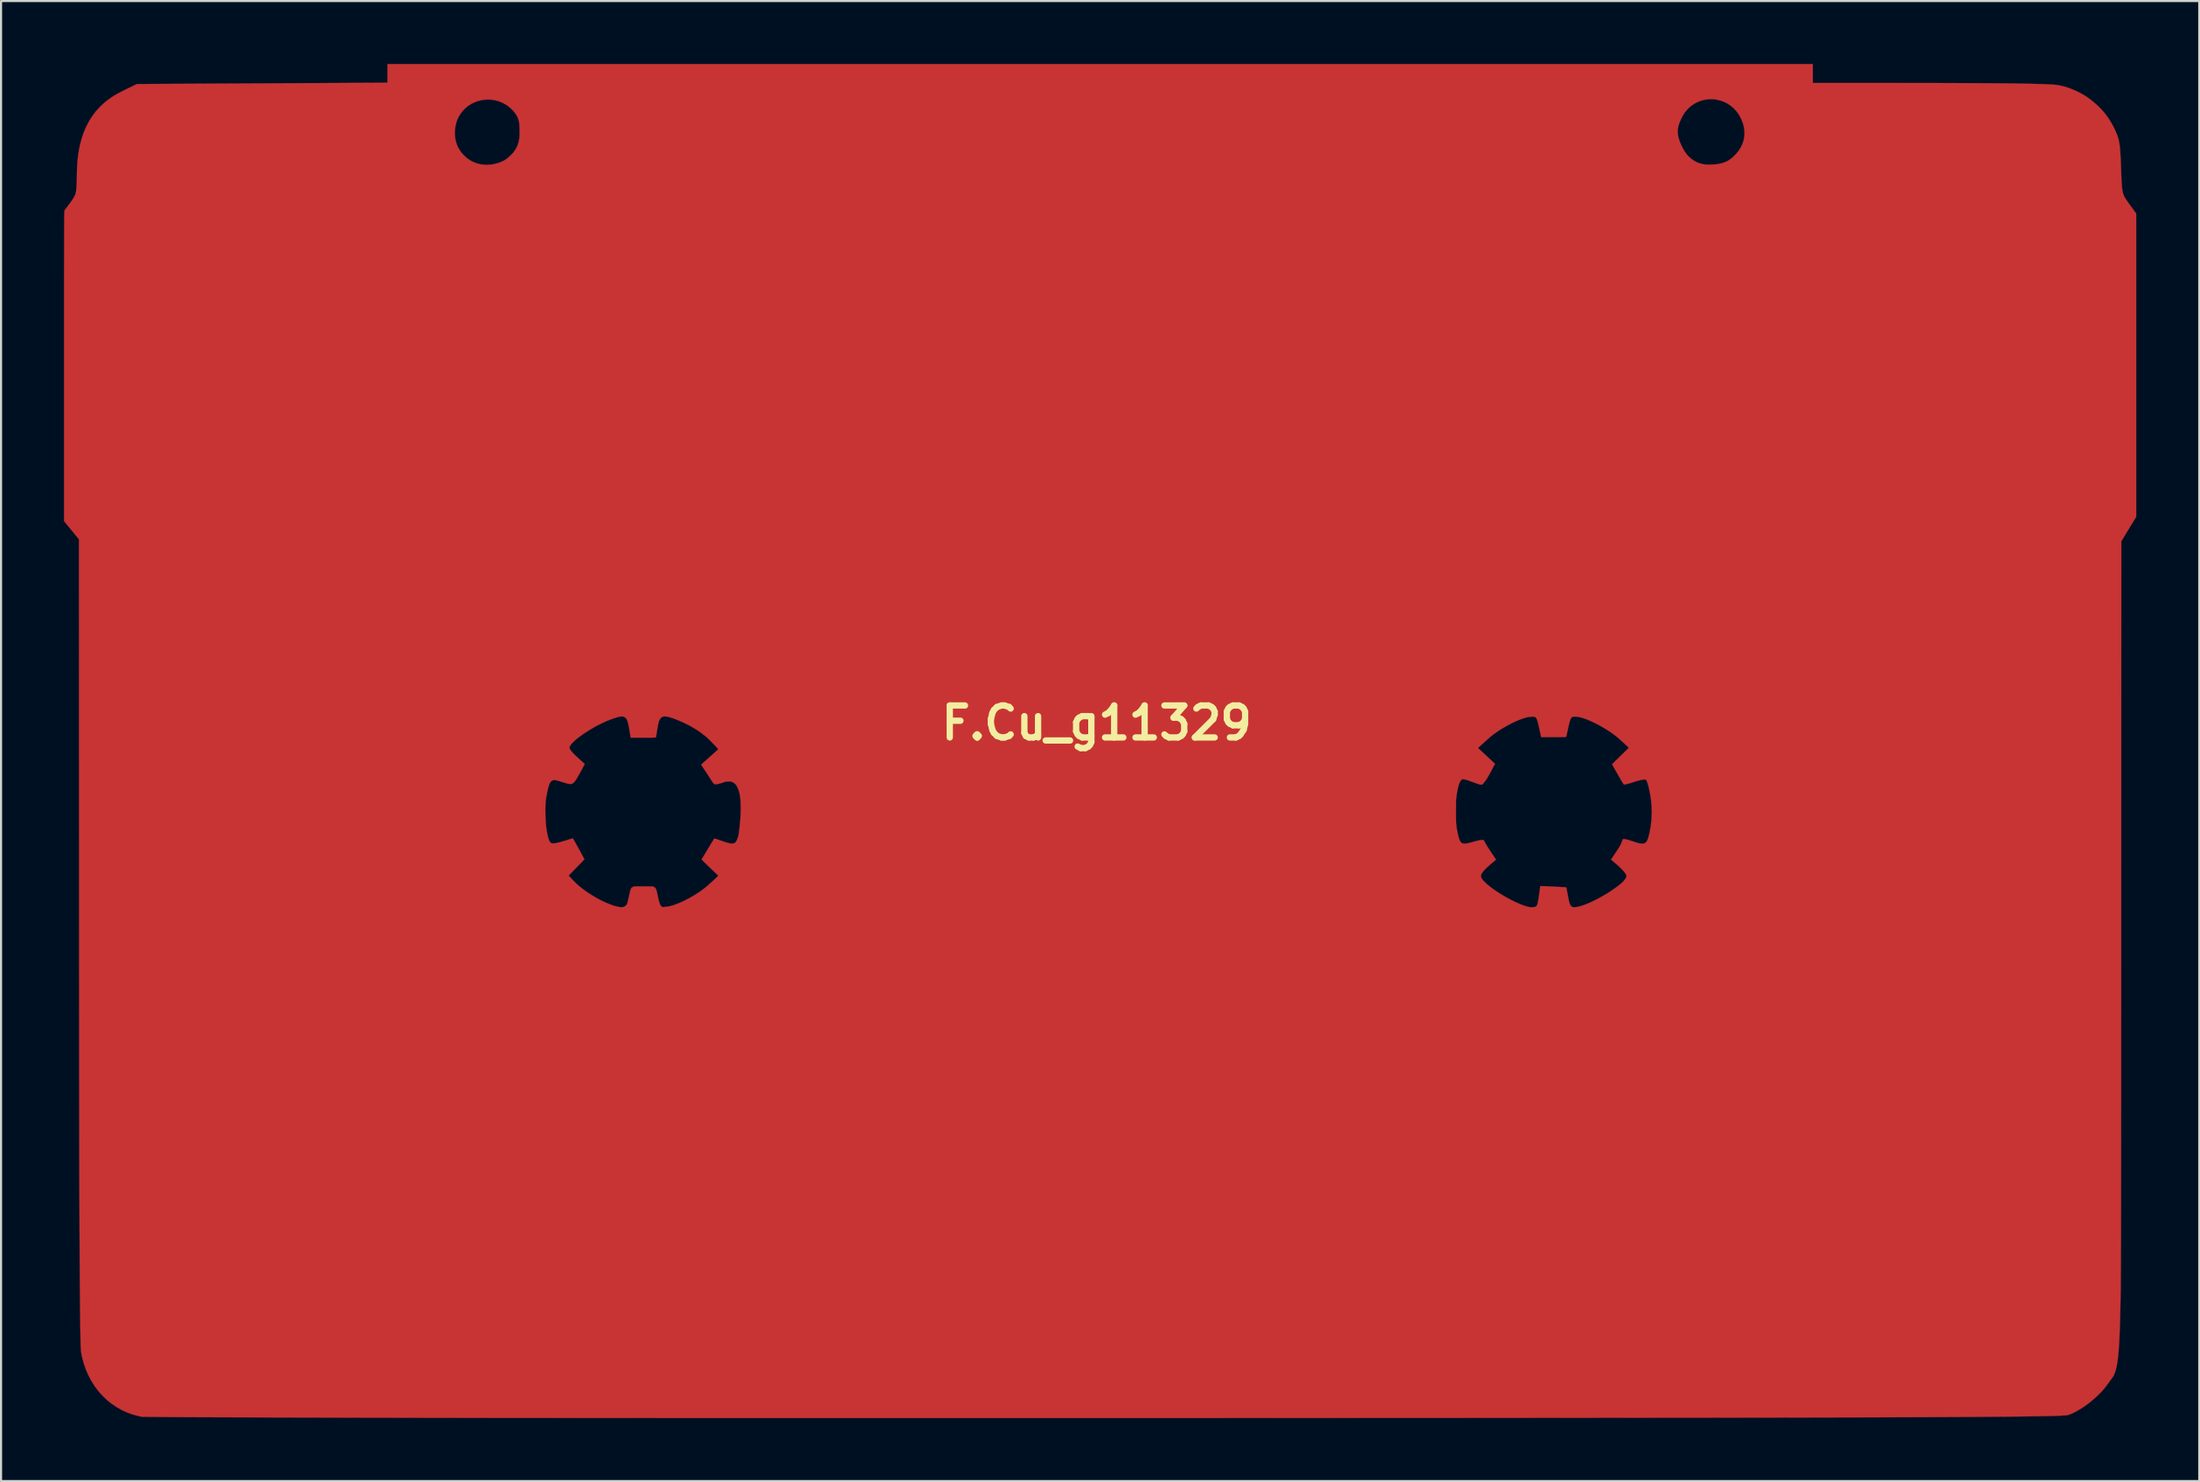
<source format=kicad_pcb>
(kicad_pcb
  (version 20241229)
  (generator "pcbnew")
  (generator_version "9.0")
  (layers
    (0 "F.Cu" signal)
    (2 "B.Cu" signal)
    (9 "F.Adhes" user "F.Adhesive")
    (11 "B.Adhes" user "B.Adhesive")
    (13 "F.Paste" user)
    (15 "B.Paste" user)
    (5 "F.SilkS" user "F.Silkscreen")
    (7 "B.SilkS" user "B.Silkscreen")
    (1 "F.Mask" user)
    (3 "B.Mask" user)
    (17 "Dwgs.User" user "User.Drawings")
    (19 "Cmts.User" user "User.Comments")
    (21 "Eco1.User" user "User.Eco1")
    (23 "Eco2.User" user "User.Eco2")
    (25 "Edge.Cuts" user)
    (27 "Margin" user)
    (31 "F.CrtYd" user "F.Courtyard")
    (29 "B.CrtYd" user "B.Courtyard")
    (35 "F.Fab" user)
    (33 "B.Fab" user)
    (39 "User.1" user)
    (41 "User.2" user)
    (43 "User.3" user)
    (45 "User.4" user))
  (footprint "F.Cu_g11329"
    (layer "F.Cu")
    (at 49.23 31.425)
    (property "Reference" "F.Cu_g11329" (at 0 0 0) (layer "F.SilkS") (effects (font (size 1.524 1.524) (thickness 0.3))))
    (attr through_hole)
    (fp_poly (pts (xy 34.138 -30.518) (xy 37.843 -30.518) (xy 38.424 -30.518) (xy 38.98 -30.517) (xy 39.512 -30.517) (xy 40.019 -30.516) (xy 40.502 -30.515) (xy 40.962 -30.513) (xy 41.399 -30.511) (xy 41.812 -30.51) (xy 42.204 -30.507) (xy 42.573 -30.505) (xy 42.92 -30.502) (xy 43.247 -30.499) (xy 43.552 -30.495) (xy 43.837 -30.491) (xy 44.101 -30.487) (xy 44.346 -30.483) (xy 44.571 -30.478) (xy 44.777 -30.473) (xy 44.964 -30.468) (xy 45.133 -30.462) (xy 45.284 -30.456) (xy 45.418 -30.45) (xy 45.534 -30.443) (xy 45.633 -30.436) (xy 45.716 -30.429) (xy 45.726 -30.428) (xy 45.91 -30.4) (xy 46.106 -30.354) (xy 46.31 -30.291) (xy 46.518 -30.213) (xy 46.727 -30.121) (xy 46.932 -30.016) (xy 47.073 -29.936) (xy 47.232 -29.832) (xy 47.398 -29.71) (xy 47.563 -29.575) (xy 47.724 -29.43) (xy 47.874 -29.281) (xy 48.008 -29.133) (xy 48.07 -29.058) (xy 48.229 -28.841) (xy 48.375 -28.607) (xy 48.505 -28.364) (xy 48.607 -28.137) (xy 48.637 -28.062) (xy 48.663 -27.99) (xy 48.687 -27.919) (xy 48.708 -27.847) (xy 48.726 -27.773) (xy 48.743 -27.693) (xy 48.757 -27.607) (xy 48.77 -27.512) (xy 48.781 -27.406) (xy 48.792 -27.288) (xy 48.801 -27.155) (xy 48.809 -27.006) (xy 48.817 -26.838) (xy 48.825 -26.65) (xy 48.833 -26.44) (xy 48.838 -26.302) (xy 48.844 -26.127) (xy 48.85 -25.975) (xy 48.856 -25.844) (xy 48.862 -25.732) (xy 48.869 -25.635) (xy 48.876 -25.552) (xy 48.884 -25.481) (xy 48.893 -25.418) (xy 48.903 -25.363) (xy 48.914 -25.311) (xy 48.927 -25.262) (xy 48.935 -25.237) (xy 48.948 -25.197) (xy 48.963 -25.158) (xy 48.981 -25.118) (xy 49.003 -25.075) (xy 49.031 -25.027) (xy 49.066 -24.971) (xy 49.11 -24.906) (xy 49.163 -24.829) (xy 49.228 -24.738) (xy 49.306 -24.632) (xy 49.393 -24.512) (xy 49.555 -24.291) (xy 49.555 -9.835) (xy 48.845 -8.667) (xy 48.84 8.605) (xy 48.84 9.421) (xy 48.84 10.212) (xy 48.84 10.979) (xy 48.839 11.721) (xy 48.839 12.44) (xy 48.839 13.136) (xy 48.839 13.808) (xy 48.838 14.459) (xy 48.838 15.087) (xy 48.838 15.694) (xy 48.838 16.279) (xy 48.837 16.844) (xy 48.837 17.389) (xy 48.837 17.914) (xy 48.837 18.419) (xy 48.836 18.906) (xy 48.836 19.374) (xy 48.836 19.824) (xy 48.835 20.256) (xy 48.835 20.671) (xy 48.835 21.069) (xy 48.834 21.451) (xy 48.834 21.816) (xy 48.833 22.167) (xy 48.833 22.502) (xy 48.832 22.822) (xy 48.832 23.128) (xy 48.831 23.42) (xy 48.831 23.699) (xy 48.83 23.965) (xy 48.83 24.218) (xy 48.829 24.459) (xy 48.829 24.689) (xy 48.828 24.907) (xy 48.827 25.115) (xy 48.826 25.312) (xy 48.826 25.499) (xy 48.825 25.676) (xy 48.824 25.844) (xy 48.823 26.004) (xy 48.822 26.155) (xy 48.821 26.299) (xy 48.82 26.435) (xy 48.819 26.564) (xy 48.818 26.687) (xy 48.817 26.803) (xy 48.816 26.914) (xy 48.815 27.02) (xy 48.814 27.12) (xy 48.812 27.217) (xy 48.811 27.309) (xy 48.81 27.398) (xy 48.808 27.483) (xy 48.807 27.566) (xy 48.805 27.647) (xy 48.804 27.726) (xy 48.802 27.803) (xy 48.8 27.88) (xy 48.799 27.956) (xy 48.797 28.031) (xy 48.795 28.107) (xy 48.793 28.169) (xy 48.785 28.494) (xy 48.775 28.796) (xy 48.765 29.074) (xy 48.754 29.33) (xy 48.741 29.565) (xy 48.728 29.78) (xy 48.713 29.976) (xy 48.697 30.154) (xy 48.679 30.316) (xy 48.659 30.462) (xy 48.638 30.594) (xy 48.615 30.713) (xy 48.589 30.819) (xy 48.562 30.913) (xy 48.532 30.998) (xy 48.5 31.074) (xy 48.468 31.138) (xy 48.447 31.171) (xy 48.414 31.22) (xy 48.37 31.282) (xy 48.319 31.354) (xy 48.263 31.43) (xy 48.205 31.508) (xy 48.148 31.585) (xy 48.094 31.655) (xy 48.046 31.716) (xy 48.008 31.763) (xy 47.91 31.873) (xy 47.796 31.991) (xy 47.671 32.112) (xy 47.539 32.231) (xy 47.407 32.344) (xy 47.28 32.445) (xy 47.275 32.448) (xy 47.141 32.546) (xy 47.005 32.638) (xy 46.871 32.724) (xy 46.74 32.801) (xy 46.616 32.868) (xy 46.501 32.924) (xy 46.398 32.967) (xy 46.309 32.996) (xy 46.256 33.007) (xy 46.21 33.012) (xy 46.15 33.017) (xy 46.075 33.022) (xy 45.985 33.027) (xy 45.878 33.031) (xy 45.755 33.036) (xy 45.615 33.04) (xy 45.459 33.044) (xy 45.285 33.048) (xy 45.093 33.052) (xy 44.883 33.056) (xy 44.655 33.06) (xy 44.408 33.063) (xy 44.142 33.067) (xy 43.856 33.07) (xy 43.55 33.073) (xy 43.223 33.076) (xy 42.876 33.079) (xy 42.508 33.082) (xy 42.119 33.085) (xy 41.708 33.088) (xy 41.274 33.091) (xy 40.818 33.093) (xy 40.339 33.096) (xy 39.837 33.098) (xy 39.312 33.101) (xy 38.762 33.103) (xy 38.188 33.105) (xy 37.589 33.107) (xy 37.09 33.109) (xy 36.76 33.11) (xy 36.405 33.111) (xy 36.026 33.112) (xy 35.622 33.113) (xy 35.195 33.114) (xy 34.745 33.115) (xy 34.273 33.116) (xy 33.779 33.117) (xy 33.263 33.118) (xy 32.726 33.119) (xy 32.169 33.12) (xy 31.592 33.121) (xy 30.995 33.122) (xy 30.379 33.123) (xy 29.744 33.124) (xy 29.092 33.125) (xy 28.421 33.126) (xy 27.734 33.126) (xy 27.03 33.127) (xy 26.31 33.128) (xy 25.575 33.129) (xy 24.824 33.13) (xy 24.058 33.13) (xy 23.279 33.131) (xy 22.485 33.132) (xy 21.679 33.133) (xy 20.86 33.133) (xy 20.028 33.134) (xy 19.185 33.134) (xy 18.331 33.135) (xy 17.466 33.136) (xy 16.59 33.136) (xy 15.705 33.137) (xy 14.811 33.137) (xy 13.907 33.138) (xy 12.996 33.138) (xy 12.076 33.139) (xy 11.15 33.139) (xy 10.216 33.14) (xy 9.276 33.14) (xy 8.33 33.141) (xy 7.379 33.141) (xy 6.423 33.141) (xy 5.463 33.142) (xy 4.498 33.142) (xy 3.53 33.142) (xy 2.56 33.143) (xy 1.586 33.143) (xy 0.611 33.143) (xy -0.365 33.143) (xy -1.343 33.143) (xy -2.321 33.144) (xy -3.299 33.144) (xy -4.277 33.144) (xy -5.254 33.144) (xy -6.229 33.144) (xy -7.202 33.144) (xy -8.173 33.144) (xy -9.141 33.144) (xy -10.106 33.144) (xy -11.066 33.144) (xy -12.023 33.144) (xy -12.974 33.144) (xy -13.92 33.143) (xy -14.86 33.143) (xy -15.794 33.143) (xy -16.721 33.143) (xy -17.641 33.143) (xy -18.553 33.142) (xy -19.457 33.142) (xy -20.351 33.142) (xy -21.237 33.141) (xy -22.113 33.141) (xy -22.979 33.14) (xy -23.833 33.14) (xy -24.677 33.139) (xy -25.509 33.139) (xy -26.329 33.138) (xy -26.518 33.138) (xy -26.877 33.138) (xy -27.25 33.138) (xy -27.635 33.137) (xy -28.033 33.137) (xy -28.442 33.136) (xy -28.862 33.136) (xy -29.29 33.135) (xy -29.728 33.135) (xy -30.173 33.134) (xy -30.625 33.133) (xy -31.083 33.132) (xy -31.545 33.131) (xy -32.013 33.131) (xy -32.483 33.13) (xy -32.956 33.129) (xy -33.43 33.128) (xy -33.905 33.127) (xy -34.38 33.126) (xy -34.854 33.125) (xy -35.326 33.124) (xy -35.795 33.123) (xy -36.26 33.122) (xy -36.721 33.121) (xy -37.177 33.119) (xy -37.626 33.118) (xy -38.068 33.117) (xy -38.502 33.116) (xy -38.927 33.115) (xy -39.342 33.114) (xy -39.746 33.113) (xy -40.139 33.111) (xy -40.519 33.11) (xy -40.887 33.109) (xy -41.24 33.108) (xy -41.578 33.107) (xy -41.9 33.106) (xy -42.205 33.105) (xy -42.492 33.104) (xy -42.761 33.103) (xy -43.011 33.102) (xy -43.24 33.101) (xy -43.448 33.1) (xy -43.634 33.099) (xy -43.797 33.098) (xy -43.936 33.097) (xy -44.032 33.096) (xy -45.5 33.084) (xy -45.654 33.052) (xy -45.929 32.981) (xy -46.199 32.885) (xy -46.461 32.766) (xy -46.715 32.623) (xy -46.96 32.458) (xy -47.066 32.377) (xy -47.128 32.325) (xy -47.202 32.258) (xy -47.283 32.181) (xy -47.366 32.098) (xy -47.446 32.016) (xy -47.519 31.937) (xy -47.581 31.867) (xy -47.604 31.839) (xy -47.782 31.597) (xy -47.941 31.339) (xy -48.082 31.068) (xy -48.202 30.784) (xy -48.3 30.492) (xy -48.376 30.194) (xy -48.4 30.074) (xy -48.406 30.038) (xy -48.411 29.999) (xy -48.416 29.953) (xy -48.42 29.901) (xy -48.425 29.84) (xy -48.429 29.769) (xy -48.432 29.688) (xy -48.436 29.595) (xy -48.439 29.489) (xy -48.442 29.368) (xy -48.444 29.232) (xy -48.447 29.079) (xy -48.45 28.908) (xy -48.452 28.717) (xy -48.455 28.506) (xy -48.458 28.274) (xy -48.46 28.018) (xy -48.463 27.743) (xy -48.465 27.538) (xy -48.467 27.332) (xy -48.469 27.127) (xy -48.471 26.921) (xy -48.472 26.713) (xy -48.474 26.504) (xy -48.475 26.293) (xy -48.477 26.079) (xy -48.479 25.862) (xy -48.48 25.641) (xy -48.481 25.416) (xy -48.483 25.186) (xy -48.484 24.951) (xy -48.485 24.71) (xy -48.487 24.463) (xy -48.488 24.209) (xy -48.489 23.947) (xy -48.49 23.678) (xy -48.491 23.401) (xy -48.492 23.115) (xy -48.493 22.82) (xy -48.494 22.514) (xy -48.495 22.199) (xy -48.496 21.872) (xy -48.497 21.534) (xy -48.497 21.185) (xy -48.498 20.823) (xy -48.499 20.448) (xy -48.5 20.06) (xy -48.5 19.657) (xy -48.501 19.241) (xy -48.501 18.809) (xy -48.502 18.363) (xy -48.503 17.9) (xy -48.503 17.421) (xy -48.504 16.924) (xy -48.504 16.411) (xy -48.505 15.879) (xy -48.505 15.329) (xy -48.506 14.76) (xy -48.506 14.172) (xy -48.507 13.563) (xy -48.507 12.934) (xy -48.507 12.284) (xy -48.508 11.613) (xy -48.508 10.919) (xy -48.508 10.203) (xy -48.509 9.464) (xy -48.509 8.702) (xy -48.51 7.915) (xy -48.51 7.104) (xy -48.51 6.557) (xy -48.511 4.21) (xy -26.282 4.21) (xy -26.277 4.483) (xy -26.264 4.734) (xy -26.242 4.965) (xy -26.211 5.176) (xy -26.171 5.37) (xy -26.163 5.4) (xy -26.135 5.504) (xy -26.108 5.585) (xy -26.08 5.646) (xy -26.051 5.69) (xy -26.032 5.709) (xy -25.999 5.728) (xy -25.953 5.739) (xy -25.893 5.742) (xy -25.818 5.735) (xy -25.727 5.718) (xy -25.618 5.693) (xy -25.488 5.657) (xy -25.338 5.612) (xy -25.28 5.594) (xy -25.197 5.568) (xy -25.122 5.545) (xy -25.058 5.527) (xy -25.009 5.514) (xy -24.978 5.508) (xy -24.969 5.508) (xy -24.958 5.524) (xy -24.938 5.558) (xy -24.908 5.61) (xy -24.872 5.674) (xy -24.83 5.75) (xy -24.784 5.833) (xy -24.735 5.921) (xy -24.685 6.013) (xy -24.635 6.103) (xy -24.587 6.191) (xy -24.543 6.273) (xy -24.503 6.347) (xy -24.47 6.409) (xy -24.445 6.458) (xy -24.429 6.489) (xy -24.424 6.501) (xy -24.434 6.513) (xy -24.459 6.54) (xy -24.499 6.582) (xy -24.55 6.636) (xy -24.612 6.701) (xy -24.683 6.773) (xy -24.76 6.853) (xy -24.801 6.895) (xy -25.173 7.276) (xy -25.008 7.452) (xy -24.948 7.515) (xy -24.887 7.578) (xy -24.829 7.636) (xy -24.779 7.684) (xy -24.75 7.711) (xy -24.59 7.846) (xy -24.416 7.978) (xy -24.232 8.106) (xy -24.042 8.228) (xy -23.847 8.342) (xy -23.651 8.447) (xy -23.458 8.541) (xy -23.269 8.623) (xy -23.089 8.69) (xy -22.92 8.741) (xy -22.79 8.77) (xy -22.716 8.782) (xy -22.657 8.786) (xy -22.608 8.783) (xy -22.559 8.773) (xy -22.547 8.77) (xy -22.475 8.736) (xy -22.418 8.682) (xy -22.379 8.613) (xy -22.372 8.592) (xy -22.363 8.558) (xy -22.35 8.504) (xy -22.334 8.437) (xy -22.317 8.361) (xy -22.301 8.292) (xy -22.279 8.191) (xy -22.262 8.112) (xy -22.248 8.052) (xy -22.237 8.006) (xy -22.228 7.972) (xy -22.22 7.947) (xy -22.213 7.928) (xy -22.205 7.91) (xy -22.198 7.897) (xy -22.168 7.855) (xy -22.124 7.824) (xy -22.113 7.819) (xy -22.096 7.812) (xy -22.079 7.806) (xy -22.059 7.801) (xy -22.033 7.798) (xy -21.998 7.795) (xy -21.951 7.793) (xy -21.89 7.792) (xy -21.811 7.792) (xy -21.712 7.791) (xy -21.609 7.791) (xy -21.165 7.791) (xy -21.101 7.823) (xy -21.072 7.84) (xy -21.047 7.86) (xy -21.026 7.886) (xy -21.007 7.922) (xy -20.989 7.97) (xy -20.971 8.033) (xy -20.952 8.115) (xy -20.929 8.218) (xy -20.923 8.246) (xy -20.897 8.367) (xy -20.874 8.465) (xy -20.853 8.544) (xy -20.834 8.607) (xy -20.814 8.655) (xy -20.793 8.693) (xy -20.771 8.722) (xy -20.757 8.736) (xy -20.71 8.779) (xy -20.582 8.772) (xy -20.449 8.757) (xy -20.306 8.727) (xy -20.15 8.681) (xy -19.98 8.618) (xy -19.794 8.538) (xy -19.679 8.485) (xy -19.466 8.377) (xy -19.266 8.266) (xy -19.068 8.144) (xy -18.993 8.095) (xy -18.898 8.031) (xy -18.81 7.968) (xy -18.723 7.902) (xy -18.634 7.83) (xy -18.539 7.75) (xy -18.435 7.658) (xy -18.319 7.551) (xy -18.289 7.524) (xy -18.03 7.284) (xy -18.296 7.03) (xy -18.372 6.957) (xy -18.451 6.881) (xy -18.528 6.807) (xy -18.597 6.739) (xy -18.657 6.682) (xy -18.697 6.642) (xy -18.833 6.509) (xy -18.536 6.015) (xy -18.475 5.913) (xy -18.417 5.818) (xy -18.365 5.732) (xy -18.319 5.657) (xy -18.281 5.595) (xy -18.253 5.548) (xy -18.235 5.52) (xy -18.229 5.511) (xy -18.214 5.512) (xy -18.179 5.521) (xy -18.128 5.536) (xy -18.065 5.557) (xy -17.992 5.582) (xy -17.974 5.589) (xy -17.831 5.639) (xy -17.708 5.68) (xy -17.604 5.712) (xy -17.517 5.734) (xy -17.444 5.747) (xy -17.383 5.751) (xy -17.332 5.747) (xy -17.288 5.735) (xy -17.25 5.716) (xy -17.223 5.696) (xy -17.194 5.661) (xy -17.162 5.607) (xy -17.131 5.538) (xy -17.103 5.462) (xy -17.082 5.39) (xy -17.072 5.339) (xy -17.06 5.267) (xy -17.048 5.178) (xy -17.035 5.075) (xy -17.022 4.962) (xy -17.009 4.844) (xy -16.998 4.724) (xy -16.988 4.606) (xy -16.98 4.494) (xy -16.979 4.479) (xy -16.973 4.359) (xy -16.969 4.229) (xy -16.969 4.21) (xy 17.127 4.21) (xy 17.127 4.365) (xy 17.128 4.498) (xy 17.13 4.613) (xy 17.134 4.714) (xy 17.139 4.804) (xy 17.147 4.887) (xy 17.156 4.966) (xy 17.168 5.045) (xy 17.183 5.128) (xy 17.201 5.219) (xy 17.202 5.225) (xy 17.231 5.358) (xy 17.259 5.468) (xy 17.288 5.557) (xy 17.319 5.626) (xy 17.353 5.678) (xy 17.392 5.715) (xy 17.437 5.738) (xy 17.488 5.75) (xy 17.539 5.753) (xy 17.579 5.752) (xy 17.624 5.747) (xy 17.675 5.738) (xy 17.737 5.725) (xy 17.814 5.706) (xy 17.907 5.681) (xy 18.021 5.649) (xy 18.146 5.616) (xy 18.248 5.593) (xy 18.329 5.58) (xy 18.39 5.577) (xy 18.431 5.584) (xy 18.439 5.587) (xy 18.461 5.608) (xy 18.484 5.642) (xy 18.491 5.658) (xy 18.517 5.711) (xy 18.558 5.783) (xy 18.613 5.874) (xy 18.681 5.982) (xy 18.762 6.107) (xy 18.854 6.245) (xy 19.036 6.515) (xy 18.799 6.716) (xy 18.696 6.805) (xy 18.61 6.882) (xy 18.54 6.949) (xy 18.481 7.011) (xy 18.432 7.069) (xy 18.389 7.127) (xy 18.371 7.153) (xy 18.336 7.215) (xy 18.319 7.272) (xy 18.319 7.329) (xy 18.337 7.387) (xy 18.376 7.45) (xy 18.434 7.521) (xy 18.492 7.581) (xy 18.605 7.686) (xy 18.737 7.795) (xy 18.885 7.907) (xy 19.046 8.018) (xy 19.216 8.129) (xy 19.393 8.237) (xy 19.574 8.34) (xy 19.755 8.437) (xy 19.934 8.526) (xy 20.108 8.605) (xy 20.272 8.672) (xy 20.426 8.727) (xy 20.564 8.766) (xy 20.599 8.774) (xy 20.668 8.784) (xy 20.743 8.787) (xy 20.815 8.784) (xy 20.876 8.775) (xy 20.912 8.764) (xy 20.937 8.751) (xy 20.959 8.734) (xy 20.978 8.711) (xy 20.995 8.679) (xy 21.011 8.638) (xy 21.026 8.583) (xy 21.041 8.514) (xy 21.056 8.427) (xy 21.073 8.321) (xy 21.091 8.193) (xy 21.102 8.118) (xy 21.114 8.028) (xy 21.126 7.947) (xy 21.135 7.878) (xy 21.143 7.825) (xy 21.149 7.789) (xy 21.151 7.776) (xy 21.151 7.776) (xy 21.164 7.776) (xy 21.199 7.777) (xy 21.254 7.779) (xy 21.325 7.782) (xy 21.41 7.786) (xy 21.505 7.79) (xy 21.607 7.795) (xy 21.714 7.8) (xy 21.822 7.806) (xy 21.929 7.812) (xy 22.031 7.817) (xy 22.126 7.822) (xy 22.211 7.827) (xy 22.282 7.831) (xy 22.336 7.834) (xy 22.372 7.837) (xy 22.384 7.839) (xy 22.388 7.852) (xy 22.396 7.887) (xy 22.406 7.94) (xy 22.419 8.006) (xy 22.434 8.084) (xy 22.441 8.123) (xy 22.467 8.261) (xy 22.49 8.378) (xy 22.511 8.473) (xy 22.53 8.551) (xy 22.549 8.612) (xy 22.568 8.66) (xy 22.587 8.697) (xy 22.609 8.724) (xy 22.633 8.745) (xy 22.66 8.762) (xy 22.666 8.765) (xy 22.7 8.779) (xy 22.733 8.786) (xy 22.773 8.787) (xy 22.82 8.784) (xy 22.927 8.769) (xy 23.052 8.738) (xy 23.191 8.694) (xy 23.342 8.637) (xy 23.503 8.569) (xy 23.672 8.492) (xy 23.846 8.405) (xy 24.022 8.311) (xy 24.198 8.21) (xy 24.372 8.105) (xy 24.542 7.995) (xy 24.704 7.883) (xy 24.857 7.77) (xy 24.913 7.725) (xy 25.006 7.647) (xy 25.087 7.57) (xy 25.155 7.496) (xy 25.207 7.427) (xy 25.243 7.367) (xy 25.259 7.317) (xy 25.26 7.304) (xy 25.249 7.254) (xy 25.217 7.192) (xy 25.164 7.117) (xy 25.09 7.03) (xy 24.996 6.932) (xy 24.881 6.823) (xy 24.747 6.703) (xy 24.685 6.65) (xy 24.523 6.512) (xy 24.546 6.478) (xy 24.639 6.339) (xy 24.72 6.218) (xy 24.788 6.114) (xy 24.845 6.026) (xy 24.893 5.951) (xy 24.932 5.887) (xy 24.963 5.833) (xy 24.988 5.787) (xy 25.007 5.746) (xy 25.023 5.709) (xy 25.035 5.675) (xy 25.039 5.664) (xy 25.057 5.607) (xy 25.07 5.569) (xy 25.083 5.548) (xy 25.1 5.538) (xy 25.124 5.537) (xy 25.161 5.54) (xy 25.169 5.54) (xy 25.222 5.548) (xy 25.296 5.566) (xy 25.391 5.593) (xy 25.508 5.63) (xy 25.619 5.666) (xy 25.709 5.695) (xy 25.782 5.717) (xy 25.842 5.733) (xy 25.891 5.743) (xy 25.932 5.75) (xy 25.971 5.754) (xy 26.003 5.755) (xy 26.064 5.751) (xy 26.117 5.737) (xy 26.163 5.711) (xy 26.203 5.671) (xy 26.239 5.615) (xy 26.272 5.542) (xy 26.303 5.448) (xy 26.334 5.332) (xy 26.357 5.232) (xy 26.414 4.926) (xy 26.449 4.613) (xy 26.464 4.299) (xy 26.457 3.987) (xy 26.429 3.684) (xy 26.429 3.683) (xy 26.408 3.533) (xy 26.384 3.388) (xy 26.358 3.251) (xy 26.331 3.123) (xy 26.303 3.008) (xy 26.275 2.908) (xy 26.247 2.825) (xy 26.22 2.761) (xy 26.195 2.72) (xy 26.187 2.711) (xy 26.159 2.697) (xy 26.114 2.692) (xy 26.051 2.697) (xy 25.97 2.711) (xy 25.869 2.735) (xy 25.746 2.769) (xy 25.602 2.813) (xy 25.58 2.821) (xy 25.473 2.854) (xy 25.375 2.883) (xy 25.29 2.906) (xy 25.221 2.922) (xy 25.171 2.932) (xy 25.15 2.934) (xy 25.139 2.93) (xy 25.125 2.917) (xy 25.106 2.893) (xy 25.08 2.856) (xy 25.047 2.802) (xy 25.004 2.729) (xy 24.977 2.683) (xy 24.882 2.519) (xy 24.801 2.377) (xy 24.731 2.256) (xy 24.675 2.157) (xy 24.631 2.079) (xy 24.6 2.022) (xy 24.581 1.986) (xy 24.575 1.971) (xy 24.575 1.971) (xy 24.583 1.96) (xy 24.609 1.933) (xy 24.648 1.893) (xy 24.701 1.84) (xy 24.764 1.777) (xy 24.837 1.706) (xy 24.916 1.628) (xy 24.971 1.575) (xy 25.055 1.494) (xy 25.132 1.418) (xy 25.201 1.35) (xy 25.261 1.291) (xy 25.31 1.243) (xy 25.345 1.207) (xy 25.364 1.186) (xy 25.368 1.181) (xy 25.359 1.17) (xy 25.334 1.146) (xy 25.296 1.109) (xy 25.246 1.063) (xy 25.189 1.01) (xy 25.127 0.953) (xy 25.063 0.894) (xy 24.999 0.837) (xy 24.939 0.782) (xy 24.885 0.734) (xy 24.839 0.694) (xy 24.812 0.671) (xy 24.678 0.565) (xy 24.529 0.458) (xy 24.369 0.351) (xy 24.201 0.247) (xy 24.028 0.148) (xy 23.854 0.054) (xy 23.681 -0.032) (xy 23.512 -0.11) (xy 23.352 -0.176) (xy 23.202 -0.23) (xy 23.066 -0.27) (xy 22.992 -0.286) (xy 22.926 -0.296) (xy 22.854 -0.303) (xy 22.799 -0.305) (xy 22.75 -0.304) (xy 22.709 -0.298) (xy 22.674 -0.288) (xy 22.644 -0.268) (xy 22.618 -0.239) (xy 22.594 -0.198) (xy 22.572 -0.142) (xy 22.549 -0.07) (xy 22.525 0.021) (xy 22.499 0.133) (xy 22.47 0.265) (xy 22.449 0.36) (xy 22.43 0.447) (xy 22.413 0.523) (xy 22.4 0.585) (xy 22.389 0.63) (xy 22.384 0.654) (xy 22.383 0.657) (xy 22.377 0.661) (xy 22.359 0.664) (xy 22.328 0.667) (xy 22.282 0.669) (xy 22.219 0.671) (xy 22.137 0.672) (xy 22.036 0.673) (xy 21.912 0.673) (xy 21.784 0.673) (xy 21.19 0.673) (xy 21.135 0.416) (xy 21.102 0.266) (xy 21.074 0.14) (xy 21.049 0.034) (xy 21.026 -0.052) (xy 21.005 -0.122) (xy 20.985 -0.176) (xy 20.966 -0.218) (xy 20.947 -0.249) (xy 20.927 -0.27) (xy 20.906 -0.285) (xy 20.905 -0.285) (xy 20.857 -0.3) (xy 20.789 -0.305) (xy 20.706 -0.301) (xy 20.612 -0.289) (xy 20.509 -0.269) (xy 20.404 -0.242) (xy 20.344 -0.224) (xy 20.15 -0.153) (xy 19.945 -0.066) (xy 19.734 0.036) (xy 19.523 0.149) (xy 19.315 0.271) (xy 19.116 0.399) (xy 19.029 0.459) (xy 18.96 0.51) (xy 18.892 0.56) (xy 18.824 0.614) (xy 18.752 0.674) (xy 18.672 0.743) (xy 18.582 0.823) (xy 18.477 0.917) (xy 18.443 0.949) (xy 18.175 1.192) (xy 18.987 1.945) (xy 18.902 2.106) (xy 18.831 2.241) (xy 18.77 2.355) (xy 18.717 2.452) (xy 18.671 2.534) (xy 18.631 2.603) (xy 18.594 2.663) (xy 18.56 2.714) (xy 18.527 2.761) (xy 18.494 2.806) (xy 18.477 2.827) (xy 18.443 2.868) (xy 18.409 2.903) (xy 18.384 2.926) (xy 18.382 2.927) (xy 18.363 2.938) (xy 18.344 2.943) (xy 18.319 2.941) (xy 18.279 2.932) (xy 18.258 2.927) (xy 18.218 2.916) (xy 18.159 2.897) (xy 18.088 2.873) (xy 18.009 2.845) (xy 17.927 2.815) (xy 17.917 2.812) (xy 17.795 2.767) (xy 17.694 2.732) (xy 17.612 2.706) (xy 17.545 2.69) (xy 17.492 2.681) (xy 17.451 2.682) (xy 17.418 2.689) (xy 17.392 2.704) (xy 17.38 2.715) (xy 17.336 2.773) (xy 17.294 2.858) (xy 17.255 2.967) (xy 17.22 3.101) (xy 17.188 3.26) (xy 17.159 3.444) (xy 17.149 3.518) (xy 17.143 3.569) (xy 17.138 3.623) (xy 17.134 3.684) (xy 17.131 3.754) (xy 17.129 3.836) (xy 17.128 3.934) (xy 17.127 4.05) (xy 17.127 4.189) (xy 17.127 4.21) (xy -16.969 4.21) (xy -16.968 4.095) (xy -16.97 3.96) (xy -16.973 3.829) (xy -16.979 3.707) (xy -16.987 3.599) (xy -16.997 3.509) (xy -17.003 3.467) (xy -17.039 3.303) (xy -17.082 3.163) (xy -17.133 3.046) (xy -17.193 2.951) (xy -17.263 2.878) (xy -17.341 2.826) (xy -17.345 2.823) (xy -17.382 2.807) (xy -17.415 2.796) (xy -17.451 2.79) (xy -17.499 2.788) (xy -17.545 2.788) (xy -17.597 2.789) (xy -17.64 2.792) (xy -17.68 2.798) (xy -17.725 2.809) (xy -17.781 2.826) (xy -17.853 2.85) (xy -17.856 2.851) (xy -17.971 2.886) (xy -18.066 2.909) (xy -18.141 2.92) (xy -18.198 2.918) (xy -18.239 2.904) (xy -18.241 2.903) (xy -18.26 2.884) (xy -18.288 2.848) (xy -18.322 2.8) (xy -18.358 2.745) (xy -18.366 2.733) (xy -18.398 2.681) (xy -18.442 2.613) (xy -18.494 2.533) (xy -18.55 2.447) (xy -18.609 2.358) (xy -18.657 2.285) (xy -18.856 1.987) (xy -18.45 1.625) (xy -18.364 1.548) (xy -18.284 1.477) (xy -18.212 1.412) (xy -18.15 1.356) (xy -18.099 1.31) (xy -18.063 1.277) (xy -18.042 1.258) (xy -18.038 1.254) (xy -18.044 1.241) (xy -18.066 1.214) (xy -18.102 1.174) (xy -18.148 1.124) (xy -18.203 1.066) (xy -18.263 1.003) (xy -18.327 0.938) (xy -18.392 0.872) (xy -18.455 0.809) (xy -18.515 0.752) (xy -18.568 0.702) (xy -18.612 0.662) (xy -18.619 0.655) (xy -18.856 0.468) (xy -19.114 0.293) (xy -19.394 0.13) (xy -19.697 -0.02) (xy -20.021 -0.159) (xy -20.084 -0.184) (xy -20.229 -0.237) (xy -20.354 -0.276) (xy -20.461 -0.302) (xy -20.552 -0.314) (xy -20.629 -0.313) (xy -20.693 -0.298) (xy -20.746 -0.269) (xy -20.791 -0.226) (xy -20.828 -0.17) (xy -20.835 -0.156) (xy -20.854 -0.116) (xy -20.871 -0.072) (xy -20.886 -0.021) (xy -20.901 0.04) (xy -20.916 0.114) (xy -20.933 0.204) (xy -20.951 0.315) (xy -20.962 0.387) (xy -20.975 0.469) (xy -20.987 0.543) (xy -20.997 0.605) (xy -21.005 0.651) (xy -21.01 0.678) (xy -21.012 0.683) (xy -21.018 0.686) (xy -21.037 0.69) (xy -21.068 0.692) (xy -21.115 0.694) (xy -21.178 0.696) (xy -21.26 0.697) (xy -21.362 0.698) (xy -21.486 0.698) (xy -21.615 0.699) (xy -22.212 0.699) (xy -22.218 0.67) (xy -22.222 0.649) (xy -22.229 0.607) (xy -22.238 0.549) (xy -22.25 0.479) (xy -22.262 0.401) (xy -22.264 0.394) (xy -22.289 0.244) (xy -22.313 0.117) (xy -22.338 0.012) (xy -22.362 -0.073) (xy -22.387 -0.142) (xy -22.415 -0.195) (xy -22.444 -0.235) (xy -22.47 -0.259) (xy -22.515 -0.287) (xy -22.564 -0.305) (xy -22.62 -0.313) (xy -22.687 -0.31) (xy -22.767 -0.296) (xy -22.862 -0.272) (xy -22.977 -0.237) (xy -23.019 -0.223) (xy -23.299 -0.119) (xy -23.577 0.003) (xy -23.858 0.146) (xy -24.142 0.31) (xy -24.384 0.464) (xy -24.54 0.57) (xy -24.679 0.673) (xy -24.802 0.77) (xy -24.907 0.862) (xy -24.993 0.947) (xy -25.059 1.024) (xy -25.105 1.093) (xy -25.129 1.152) (xy -25.133 1.182) (xy -25.123 1.225) (xy -25.092 1.281) (xy -25.04 1.35) (xy -24.969 1.431) (xy -24.879 1.523) (xy -24.77 1.627) (xy -24.645 1.74) (xy -24.58 1.797) (xy -24.522 1.85) (xy -24.473 1.894) (xy -24.437 1.929) (xy -24.415 1.951) (xy -24.409 1.959) (xy -24.415 1.973) (xy -24.432 2.007) (xy -24.458 2.056) (xy -24.491 2.118) (xy -24.53 2.189) (xy -24.572 2.266) (xy -24.616 2.346) (xy -24.661 2.426) (xy -24.704 2.502) (xy -24.743 2.572) (xy -24.778 2.631) (xy -24.805 2.678) (xy -24.823 2.706) (xy -24.859 2.756) (xy -24.899 2.805) (xy -24.935 2.842) (xy -24.971 2.872) (xy -25.009 2.893) (xy -25.051 2.905) (xy -25.1 2.908) (xy -25.159 2.902) (xy -25.233 2.886) (xy -25.323 2.862) (xy -25.432 2.828) (xy -25.451 2.822) (xy -25.568 2.785) (xy -25.664 2.757) (xy -25.742 2.737) (xy -25.804 2.725) (xy -25.853 2.721) (xy -25.892 2.724) (xy -25.894 2.724) (xy -25.943 2.738) (xy -25.986 2.762) (xy -26.024 2.797) (xy -26.058 2.846) (xy -26.09 2.91) (xy -26.119 2.993) (xy -26.148 3.095) (xy -26.177 3.219) (xy -26.2 3.327) (xy -26.223 3.445) (xy -26.241 3.547) (xy -26.255 3.638) (xy -26.266 3.724) (xy -26.274 3.809) (xy -26.278 3.901) (xy -26.281 4.003) (xy -26.282 4.122) (xy -26.282 4.21) (xy -48.511 4.21) (xy -48.516 -8.761) (xy -48.871 -9.194) (xy -49.225 -9.626) (xy -49.225 -16.621) (xy -49.225 -17.044) (xy -49.225 -17.463) (xy -49.225 -17.876) (xy -49.225 -18.283) (xy -49.225 -18.682) (xy -49.225 -19.073) (xy -49.224 -19.455) (xy -49.224 -19.827) (xy -49.224 -20.189) (xy -49.224 -20.54) (xy -49.224 -20.879) (xy -49.223 -21.204) (xy -49.223 -21.517) (xy -49.223 -21.814) (xy -49.222 -22.097) (xy -49.222 -22.364) (xy -49.221 -22.614) (xy -49.221 -22.846) (xy -49.221 -23.06) (xy -49.22 -23.256) (xy -49.22 -23.431) (xy -49.219 -23.585) (xy -49.219 -23.719) (xy -49.218 -23.83) (xy -49.218 -23.918) (xy -49.217 -23.982) (xy -49.217 -24.022) (xy -49.217 -24.024) (xy -49.208 -24.432) (xy -49.001 -24.709) (xy -48.92 -24.819) (xy -48.853 -24.913) (xy -48.799 -24.993) (xy -48.757 -25.063) (xy -48.723 -25.126) (xy -48.698 -25.185) (xy -48.678 -25.243) (xy -48.666 -25.287) (xy -48.653 -25.361) (xy -48.641 -25.458) (xy -48.631 -25.577) (xy -48.624 -25.715) (xy -48.619 -25.871) (xy -48.616 -26.043) (xy -48.616 -26.111) (xy -48.606 -26.495) (xy -48.579 -26.86) (xy -48.535 -27.207) (xy -48.472 -27.537) (xy -48.391 -27.849) (xy -48.295 -28.137) (xy -30.599 -28.137) (xy -30.588 -27.936) (xy -30.554 -27.746) (xy -30.497 -27.567) (xy -30.417 -27.398) (xy -30.314 -27.238) (xy -30.186 -27.088) (xy -30.144 -27.045) (xy -29.995 -26.916) (xy -29.835 -26.809) (xy -29.665 -26.726) (xy -29.485 -26.665) (xy -29.296 -26.628) (xy -29.1 -26.614) (xy -28.897 -26.624) (xy -28.789 -26.639) (xy -28.618 -26.676) (xy -28.458 -26.725) (xy -28.313 -26.787) (xy -28.185 -26.859) (xy -28.116 -26.909) (xy -27.97 -27.033) (xy -27.848 -27.156) (xy -27.747 -27.281) (xy -27.667 -27.411) (xy -27.604 -27.549) (xy -27.557 -27.697) (xy -27.525 -27.859) (xy -27.52 -27.895) (xy -27.515 -27.953) (xy -27.512 -28.029) (xy -27.51 -28.118) (xy -27.51 -28.178) (xy 27.697 -28.178) (xy 27.709 -28.044) (xy 27.738 -27.902) (xy 27.785 -27.752) (xy 27.851 -27.59) (xy 27.915 -27.455) (xy 28.01 -27.282) (xy 28.116 -27.131) (xy 28.232 -27) (xy 28.361 -26.888) (xy 28.506 -26.793) (xy 28.607 -26.739) (xy 28.716 -26.696) (xy 28.841 -26.66) (xy 28.975 -26.634) (xy 28.988 -26.633) (xy 29.049 -26.627) (xy 29.129 -26.625) (xy 29.221 -26.625) (xy 29.318 -26.627) (xy 29.415 -26.631) (xy 29.504 -26.638) (xy 29.579 -26.646) (xy 29.61 -26.65) (xy 29.762 -26.682) (xy 29.894 -26.719) (xy 30.011 -26.766) (xy 30.12 -26.824) (xy 30.224 -26.896) (xy 30.33 -26.984) (xy 30.336 -26.989) (xy 30.486 -27.139) (xy 30.612 -27.296) (xy 30.714 -27.461) (xy 30.793 -27.632) (xy 30.848 -27.809) (xy 30.879 -27.99) (xy 30.884 -28.175) (xy 30.866 -28.363) (xy 30.822 -28.553) (xy 30.804 -28.609) (xy 30.726 -28.806) (xy 30.63 -28.987) (xy 30.516 -29.151) (xy 30.386 -29.297) (xy 30.241 -29.424) (xy 30.082 -29.532) (xy 29.911 -29.619) (xy 29.728 -29.685) (xy 29.534 -29.728) (xy 29.413 -29.743) (xy 29.22 -29.747) (xy 29.03 -29.728) (xy 28.845 -29.685) (xy 28.667 -29.621) (xy 28.499 -29.535) (xy 28.343 -29.43) (xy 28.2 -29.306) (xy 28.074 -29.165) (xy 28.013 -29.08) (xy 27.959 -28.994) (xy 27.904 -28.891) (xy 27.849 -28.779) (xy 27.8 -28.667) (xy 27.764 -28.573) (xy 27.725 -28.44) (xy 27.703 -28.31) (xy 27.697 -28.178) (xy -27.51 -28.178) (xy -27.51 -28.215) (xy -27.512 -28.315) (xy -27.515 -28.414) (xy -27.52 -28.505) (xy -27.526 -28.584) (xy -27.533 -28.647) (xy -27.539 -28.678) (xy -27.571 -28.795) (xy -27.613 -28.9) (xy -27.668 -29.001) (xy -27.739 -29.103) (xy -27.795 -29.172) (xy -27.923 -29.305) (xy -28.073 -29.426) (xy -28.169 -29.491) (xy -28.339 -29.584) (xy -28.517 -29.653) (xy -28.701 -29.701) (xy -28.888 -29.726) (xy -29.077 -29.729) (xy -29.265 -29.711) (xy -29.45 -29.671) (xy -29.629 -29.611) (xy -29.8 -29.53) (xy -29.961 -29.428) (xy -30.109 -29.306) (xy -30.172 -29.243) (xy -30.299 -29.092) (xy -30.404 -28.928) (xy -30.487 -28.752) (xy -30.547 -28.565) (xy -30.584 -28.367) (xy -30.599 -28.159) (xy -30.599 -28.137) (xy -48.295 -28.137) (xy -48.293 -28.143) (xy -48.177 -28.421) (xy -48.042 -28.681) (xy -47.889 -28.925) (xy -47.719 -29.151) (xy -47.53 -29.362) (xy -47.465 -29.426) (xy -47.34 -29.542) (xy -47.22 -29.643) (xy -47.095 -29.739) (xy -46.957 -29.836) (xy -46.952 -29.839) (xy -46.883 -29.884) (xy -46.816 -29.926) (xy -46.747 -29.967) (xy -46.675 -30.009) (xy -46.595 -30.052) (xy -46.505 -30.099) (xy -46.401 -30.151) (xy -46.281 -30.211) (xy -46.14 -30.279) (xy -46.138 -30.28) (xy -45.75 -30.468) (xy -39.782 -30.499) (xy -39.394 -30.501) (xy -39.012 -30.503) (xy -38.638 -30.505) (xy -38.271 -30.507) (xy -37.914 -30.509) (xy -37.566 -30.511) (xy -37.228 -30.512) (xy -36.901 -30.514) (xy -36.587 -30.516) (xy -36.284 -30.517) (xy -35.996 -30.519) (xy -35.722 -30.52) (xy -35.462 -30.522) (xy -35.219 -30.523) (xy -34.992 -30.524) (xy -34.783 -30.525) (xy -34.592 -30.526) (xy -34.419 -30.527) (xy -34.267 -30.528) (xy -34.135 -30.529) (xy -34.024 -30.529) (xy -33.936 -30.53) (xy -33.87 -30.53) (xy -33.828 -30.53) (xy -33.811 -30.531) (xy -33.811 -30.531) (xy -33.81 -30.543) (xy -33.809 -30.578) (xy -33.809 -30.632) (xy -33.808 -30.703) (xy -33.808 -30.788) (xy -33.807 -30.885) (xy -33.807 -30.975) (xy -33.807 -31.42) (xy 34.138 -31.42) (xy 34.138 -30.518)) (stroke (width 0.01) (type solid)) (fill yes) (layer "F.Cu")))
  (gr_rect
    (start -3 -3)
    (end 101.791 67.574)
    (stroke (width 0.1) (type default))
    (fill no)
    (layer "Edge.Cuts")))
</source>
